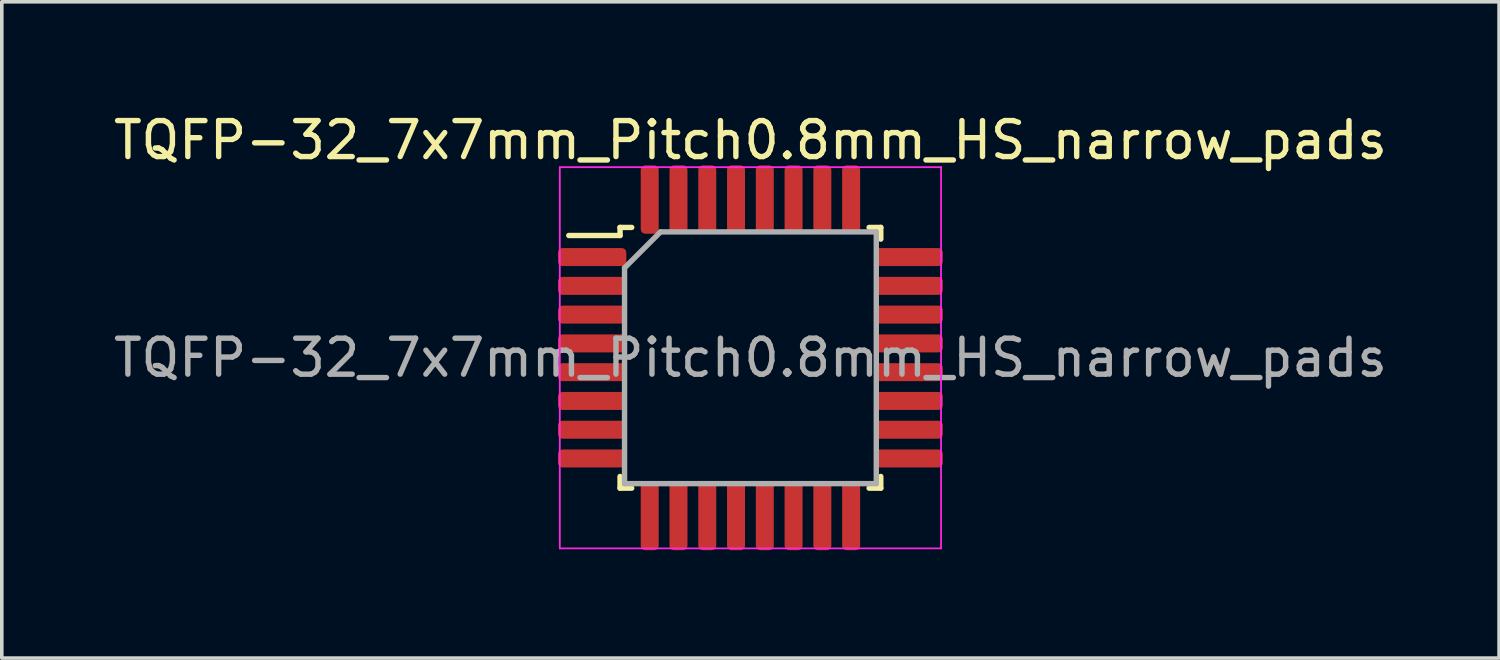
<source format=kicad_pcb>
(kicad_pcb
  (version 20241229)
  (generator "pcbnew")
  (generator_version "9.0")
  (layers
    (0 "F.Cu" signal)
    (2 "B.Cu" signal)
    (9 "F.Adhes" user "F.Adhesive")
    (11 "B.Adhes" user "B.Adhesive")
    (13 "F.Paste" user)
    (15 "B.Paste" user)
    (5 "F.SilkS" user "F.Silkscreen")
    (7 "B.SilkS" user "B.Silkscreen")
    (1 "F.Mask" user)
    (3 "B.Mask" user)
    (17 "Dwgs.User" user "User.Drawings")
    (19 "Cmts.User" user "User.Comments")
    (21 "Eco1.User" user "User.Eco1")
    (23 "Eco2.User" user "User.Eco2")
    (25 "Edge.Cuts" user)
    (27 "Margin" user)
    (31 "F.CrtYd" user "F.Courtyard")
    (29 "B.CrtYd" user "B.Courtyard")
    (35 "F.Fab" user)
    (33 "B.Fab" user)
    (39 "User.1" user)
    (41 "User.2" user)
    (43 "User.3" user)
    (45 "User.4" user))
  (footprint "TQFP-32_7x7mm_Pitch0.8mm_HS_narrow_pads"
    (layer "F.Cu")
    (at 17.815 6.898)
    (property "Reference" "TQFP-32_7x7mm_Pitch0.8mm_HS_narrow_pads" (at 0 -6.05 0) (layer "F.SilkS") (effects (font (size 1 1) (thickness 0.15))))
    (attr smd)
    (fp_line (start -3.625 -3.625) (end -3.625 -3.4) (stroke (width 0.15) (type solid)) (layer "F.SilkS"))
    (fp_line (start -3.625 -3.625) (end -3.3 -3.625) (stroke (width 0.15) (type solid)) (layer "F.SilkS"))
    (fp_line (start -3.625 -3.4) (end -5.05 -3.4) (stroke (width 0.15) (type solid)) (layer "F.SilkS"))
    (fp_line (start -3.625 3.625) (end -3.625 3.3) (stroke (width 0.15) (type solid)) (layer "F.SilkS"))
    (fp_line (start -3.625 3.625) (end -3.3 3.625) (stroke (width 0.15) (type solid)) (layer "F.SilkS"))
    (fp_line (start 3.625 -3.625) (end 3.3 -3.625) (stroke (width 0.15) (type solid)) (layer "F.SilkS"))
    (fp_line (start 3.625 -3.625) (end 3.625 -3.3) (stroke (width 0.15) (type solid)) (layer "F.SilkS"))
    (fp_line (start 3.625 3.625) (end 3.3 3.625) (stroke (width 0.15) (type solid)) (layer "F.SilkS"))
    (fp_line (start 3.625 3.625) (end 3.625 3.3) (stroke (width 0.15) (type solid)) (layer "F.SilkS"))
    (fp_line (start -5.3 -5.3) (end -5.3 5.3) (stroke (width 0.05) (type solid)) (layer "F.CrtYd"))
    (fp_line (start -5.3 -5.3) (end 5.3 -5.3) (stroke (width 0.05) (type solid)) (layer "F.CrtYd"))
    (fp_line (start -5.3 5.3) (end 5.3 5.3) (stroke (width 0.05) (type solid)) (layer "F.CrtYd"))
    (fp_line (start 5.3 -5.3) (end 5.3 5.3) (stroke (width 0.05) (type solid)) (layer "F.CrtYd"))
    (fp_line (start -3.5 -2.5) (end -2.5 -3.5) (stroke (width 0.15) (type solid)) (layer "F.Fab"))
    (fp_line (start -3.5 3.5) (end -3.5 -2.5) (stroke (width 0.15) (type solid)) (layer "F.Fab"))
    (fp_line (start -2.5 -3.5) (end 3.5 -3.5) (stroke (width 0.15) (type solid)) (layer "F.Fab"))
    (fp_line (start 3.5 -3.5) (end 3.5 3.5) (stroke (width 0.15) (type solid)) (layer "F.Fab"))
    (fp_line (start 3.5 3.5) (end -3.5 3.5) (stroke (width 0.15) (type solid)) (layer "F.Fab"))
    (fp_text user "${REFERENCE}" (at 0 0 0) (layer "F.Fab") (effects (font (size 1 1) (thickness 0.15))))
    (pad "1" smd roundrect (at -4.4 -2.8) (size 1.9 0.5) (layers "F.Cu" "F.Mask" "F.Paste") (roundrect_rratio 0.25))
    (pad "2" smd roundrect (at -4.4 -2) (size 1.9 0.5) (layers "F.Cu" "F.Mask" "F.Paste") (roundrect_rratio 0.25))
    (pad "3" smd roundrect (at -4.4 -1.2) (size 1.9 0.5) (layers "F.Cu" "F.Mask" "F.Paste") (roundrect_rratio 0.25))
    (pad "4" smd roundrect (at -4.4 -0.4) (size 1.9 0.5) (layers "F.Cu" "F.Mask" "F.Paste") (roundrect_rratio 0.25))
    (pad "5" smd roundrect (at -4.4 0.4) (size 1.9 0.5) (layers "F.Cu" "F.Mask" "F.Paste") (roundrect_rratio 0.25))
    (pad "6" smd roundrect (at -4.4 1.2) (size 1.9 0.5) (layers "F.Cu" "F.Mask" "F.Paste") (roundrect_rratio 0.25))
    (pad "7" smd roundrect (at -4.4 2) (size 1.9 0.5) (layers "F.Cu" "F.Mask" "F.Paste") (roundrect_rratio 0.25))
    (pad "8" smd roundrect (at -4.4 2.8) (size 1.9 0.5) (layers "F.Cu" "F.Mask" "F.Paste") (roundrect_rratio 0.25))
    (pad "9" smd roundrect (at -2.8 4.4 90) (size 1.9 0.5) (layers "F.Cu" "F.Mask" "F.Paste") (roundrect_rratio 0.25))
    (pad "10" smd roundrect (at -2 4.4 90) (size 1.9 0.5) (layers "F.Cu" "F.Mask" "F.Paste") (roundrect_rratio 0.25))
    (pad "11" smd roundrect (at -1.2 4.4 90) (size 1.9 0.5) (layers "F.Cu" "F.Mask" "F.Paste") (roundrect_rratio 0.25))
    (pad "12" smd roundrect (at -0.4 4.4 90) (size 1.9 0.5) (layers "F.Cu" "F.Mask" "F.Paste") (roundrect_rratio 0.25))
    (pad "13" smd roundrect (at 0.4 4.4 90) (size 1.9 0.5) (layers "F.Cu" "F.Mask" "F.Paste") (roundrect_rratio 0.25))
    (pad "14" smd roundrect (at 1.2 4.4 90) (size 1.9 0.5) (layers "F.Cu" "F.Mask" "F.Paste") (roundrect_rratio 0.25))
    (pad "15" smd roundrect (at 2 4.4 90) (size 1.9 0.5) (layers "F.Cu" "F.Mask" "F.Paste") (roundrect_rratio 0.25))
    (pad "16" smd roundrect (at 2.8 4.4 90) (size 1.9 0.5) (layers "F.Cu" "F.Mask" "F.Paste") (roundrect_rratio 0.25))
    (pad "17" smd roundrect (at 4.4 2.8) (size 1.9 0.5) (layers "F.Cu" "F.Mask" "F.Paste") (roundrect_rratio 0.25))
    (pad "18" smd roundrect (at 4.4 2) (size 1.9 0.5) (layers "F.Cu" "F.Mask" "F.Paste") (roundrect_rratio 0.25))
    (pad "19" smd roundrect (at 4.4 1.2) (size 1.9 0.5) (layers "F.Cu" "F.Mask" "F.Paste") (roundrect_rratio 0.25))
    (pad "20" smd roundrect (at 4.4 0.4) (size 1.9 0.5) (layers "F.Cu" "F.Mask" "F.Paste") (roundrect_rratio 0.25))
    (pad "21" smd roundrect (at 4.4 -0.4) (size 1.9 0.5) (layers "F.Cu" "F.Mask" "F.Paste") (roundrect_rratio 0.25))
    (pad "22" smd roundrect (at 4.4 -1.2) (size 1.9 0.5) (layers "F.Cu" "F.Mask" "F.Paste") (roundrect_rratio 0.25))
    (pad "23" smd roundrect (at 4.4 -2) (size 1.9 0.5) (layers "F.Cu" "F.Mask" "F.Paste") (roundrect_rratio 0.25))
    (pad "24" smd roundrect (at 4.4 -2.8) (size 1.9 0.5) (layers "F.Cu" "F.Mask" "F.Paste") (roundrect_rratio 0.25))
    (pad "25" smd roundrect (at 2.8 -4.4 90) (size 1.9 0.5) (layers "F.Cu" "F.Mask" "F.Paste") (roundrect_rratio 0.25))
    (pad "26" smd roundrect (at 2 -4.4 90) (size 1.9 0.5) (layers "F.Cu" "F.Mask" "F.Paste") (roundrect_rratio 0.25))
    (pad "27" smd roundrect (at 1.2 -4.4 90) (size 1.9 0.5) (layers "F.Cu" "F.Mask" "F.Paste") (roundrect_rratio 0.25))
    (pad "28" smd roundrect (at 0.4 -4.4 90) (size 1.9 0.5) (layers "F.Cu" "F.Mask" "F.Paste") (roundrect_rratio 0.25))
    (pad "29" smd roundrect (at -0.4 -4.4 90) (size 1.9 0.5) (layers "F.Cu" "F.Mask" "F.Paste") (roundrect_rratio 0.25))
    (pad "30" smd roundrect (at -1.2 -4.4 90) (size 1.9 0.5) (layers "F.Cu" "F.Mask" "F.Paste") (roundrect_rratio 0.25))
    (pad "31" smd roundrect (at -2 -4.4 90) (size 1.9 0.5) (layers "F.Cu" "F.Mask" "F.Paste") (roundrect_rratio 0.25))
    (pad "32" smd roundrect (at -2.8 -4.4 90) (size 1.9 0.5) (layers "F.Cu" "F.Mask" "F.Paste") (roundrect_rratio 0.25)))
  (gr_rect
    (start -3 -3)
    (end 38.631 15.248)
    (stroke (width 0.1) (type default))
    (fill no)
    (layer "Edge.Cuts")))
</source>
